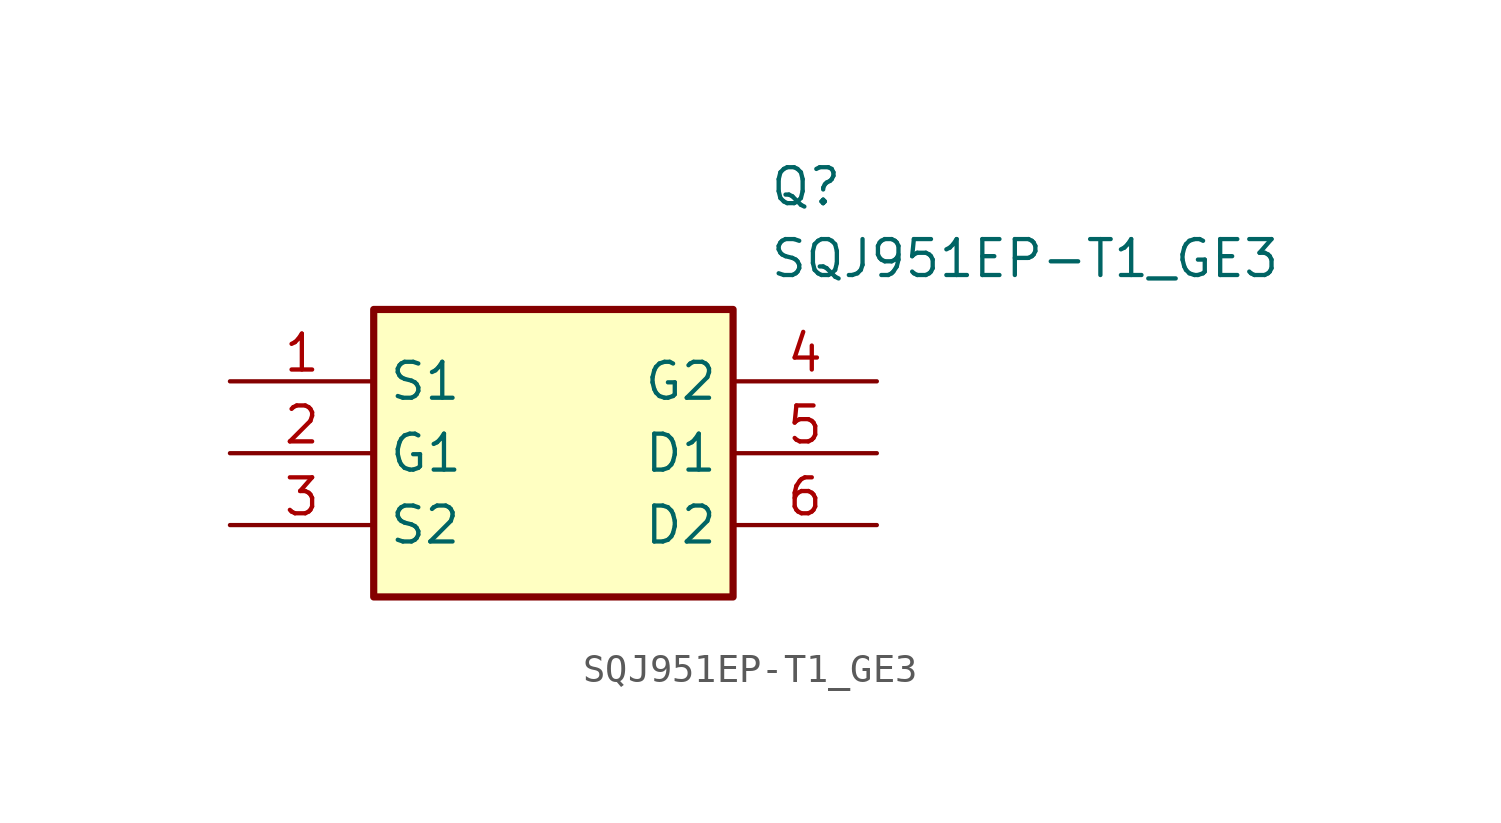
<source format=kicad_sym>
(kicad_symbol_lib
  (version 20211014)
  (generator SamacSys_ECAD_Model)
  (symbol "SQJ951EP-T1_GE3"
    (property "Reference" "Q"
      (at 19.05 7.62 0)
      (effects (font (size 1.27 1.27)) (justify left top)))
    (property "Value" "SQJ951EP-T1_GE3"
      (at 19.05 5.08 0)
      (effects (font (size 1.27 1.27)) (justify left top)))
    (rectangle
      (start 5.08 2.54)
      (end 17.78 -7.62)
      (stroke (width 0.254) (type default))
      (fill (type background)))
    (pin passive line
      (at 0 0 0)
      (length 5.08)
      (name "S1" (effects (font (size 1.27 1.27))))
      (number "1" (effects (font (size 1.27 1.27)))))
    (pin passive line
      (at 0 -2.54 0)
      (length 5.08)
      (name "G1" (effects (font (size 1.27 1.27))))
      (number "2" (effects (font (size 1.27 1.27)))))
    (pin passive line
      (at 0 -5.08 0)
      (length 5.08)
      (name "S2" (effects (font (size 1.27 1.27))))
      (number "3" (effects (font (size 1.27 1.27)))))
    (pin passive line
      (at 22.86 0 180)
      (length 5.08)
      (name "G2" (effects (font (size 1.27 1.27))))
      (number "4" (effects (font (size 1.27 1.27)))))
    (pin passive line
      (at 22.86 -2.54 180)
      (length 5.08)
      (name "D1" (effects (font (size 1.27 1.27))))
      (number "5" (effects (font (size 1.27 1.27)))))
    (pin passive line
      (at 22.86 -5.08 180)
      (length 5.08)
      (name "D2" (effects (font (size 1.27 1.27))))
      (number "6" (effects (font (size 1.27 1.27)))))))
</source>
